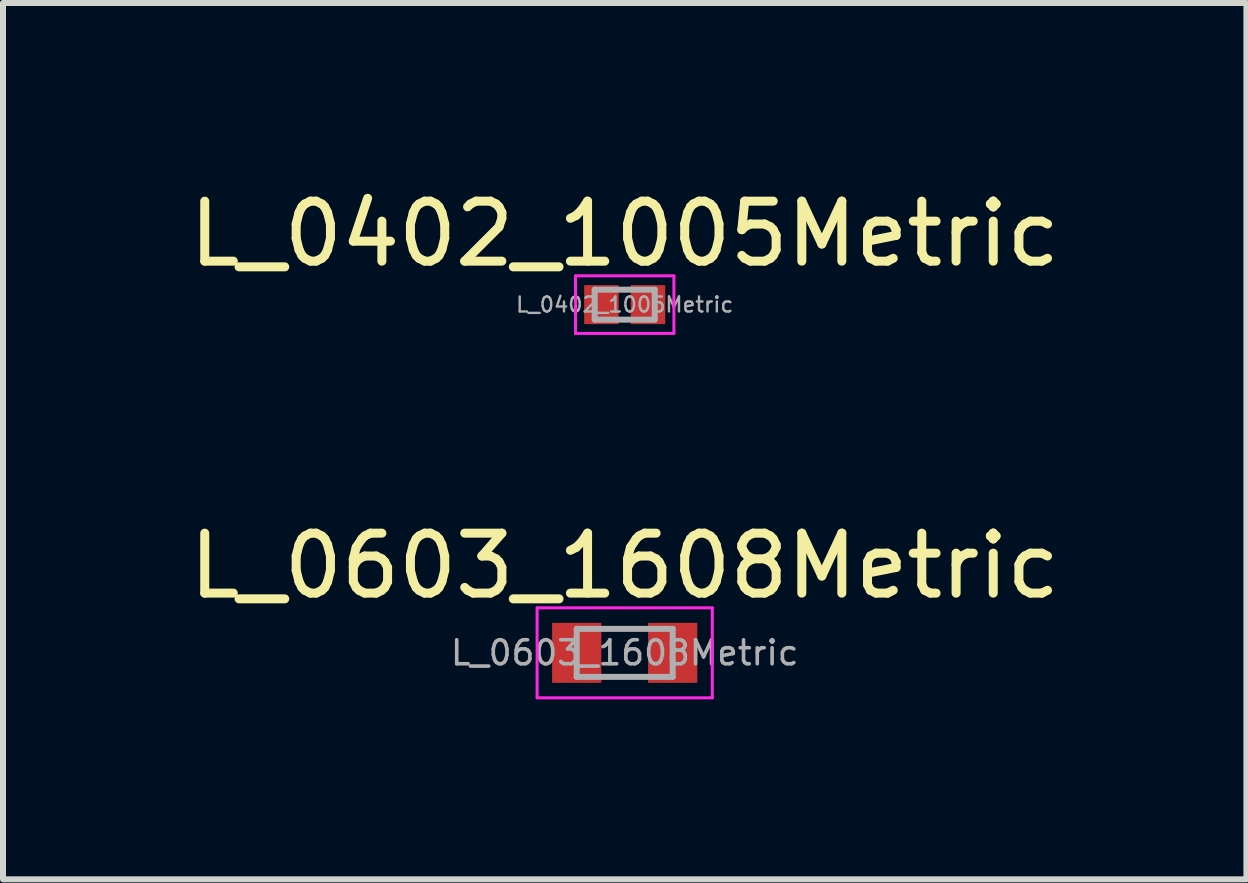
<source format=kicad_pcb>
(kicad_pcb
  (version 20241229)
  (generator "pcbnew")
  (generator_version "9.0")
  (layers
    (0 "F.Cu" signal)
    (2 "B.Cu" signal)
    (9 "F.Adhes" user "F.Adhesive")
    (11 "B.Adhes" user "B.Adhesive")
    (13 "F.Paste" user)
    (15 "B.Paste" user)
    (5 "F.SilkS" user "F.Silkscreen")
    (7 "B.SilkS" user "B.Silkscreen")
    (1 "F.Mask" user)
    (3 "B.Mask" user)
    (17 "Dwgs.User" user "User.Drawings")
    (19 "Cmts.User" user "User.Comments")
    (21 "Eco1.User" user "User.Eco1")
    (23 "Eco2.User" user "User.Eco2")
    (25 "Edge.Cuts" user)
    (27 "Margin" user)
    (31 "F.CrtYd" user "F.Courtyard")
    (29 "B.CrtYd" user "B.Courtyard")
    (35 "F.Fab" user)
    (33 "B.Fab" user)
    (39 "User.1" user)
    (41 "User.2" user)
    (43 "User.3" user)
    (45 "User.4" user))
  (footprint "L_0603_1608Metric"
    (layer "F.Cu")
    (at 7.363 7.832)
    (property "Reference" "L_0603_1608Metric" (at 0 -1.45 0) (layer "F.SilkS") (effects (font (size 1 1) (thickness 0.15))))
    (attr smd)
    (fp_line (start -1.46 -0.75) (end 1.46 -0.75) (stroke (width 0.05) (type solid)) (layer "F.CrtYd"))
    (fp_line (start -1.46 0.75) (end -1.46 -0.75) (stroke (width 0.05) (type solid)) (layer "F.CrtYd"))
    (fp_line (start 1.46 -0.75) (end 1.46 0.75) (stroke (width 0.05) (type solid)) (layer "F.CrtYd"))
    (fp_line (start 1.46 0.75) (end -1.46 0.75) (stroke (width 0.05) (type solid)) (layer "F.CrtYd"))
    (fp_line (start -0.8 -0.4) (end 0.8 -0.4) (stroke (width 0.1) (type solid)) (layer "F.Fab"))
    (fp_line (start -0.8 0.4) (end -0.8 -0.4) (stroke (width 0.1) (type solid)) (layer "F.Fab"))
    (fp_line (start 0.8 -0.4) (end 0.8 0.4) (stroke (width 0.1) (type solid)) (layer "F.Fab"))
    (fp_line (start 0.8 0.4) (end -0.8 0.4) (stroke (width 0.1) (type solid)) (layer "F.Fab"))
    (fp_text user "${REFERENCE}" (at 0 0 0) (layer "F.Fab") (effects (font (size 0.4 0.4) (thickness 0.06))))
    (pad "1" smd rect (at -0.8 0) (size 0.82 1) (layers "F.Cu" "F.Mask" "F.Paste"))
    (pad "2" smd rect (at 0.8 0) (size 0.82 1) (layers "F.Cu" "F.Mask" "F.Paste")))
  (footprint "L_0402_1005Metric"
    (layer "F.Cu")
    (at 7.363 2.028)
    (property "Reference" "L_0402_1005Metric" (at 0 -1.18 0) (layer "F.SilkS") (effects (font (size 1 1) (thickness 0.15))))
    (attr smd)
    (fp_line (start -0.82 -0.48) (end 0.82 -0.48) (stroke (width 0.05) (type solid)) (layer "F.CrtYd"))
    (fp_line (start -0.82 0.48) (end -0.82 -0.48) (stroke (width 0.05) (type solid)) (layer "F.CrtYd"))
    (fp_line (start 0.82 -0.48) (end 0.82 0.48) (stroke (width 0.05) (type solid)) (layer "F.CrtYd"))
    (fp_line (start 0.82 0.48) (end -0.82 0.48) (stroke (width 0.05) (type solid)) (layer "F.CrtYd"))
    (fp_line (start -0.5 -0.25) (end 0.5 -0.25) (stroke (width 0.1) (type solid)) (layer "F.Fab"))
    (fp_line (start -0.5 0.25) (end -0.5 -0.25) (stroke (width 0.1) (type solid)) (layer "F.Fab"))
    (fp_line (start 0.5 -0.25) (end 0.5 0.25) (stroke (width 0.1) (type solid)) (layer "F.Fab"))
    (fp_line (start 0.5 0.25) (end -0.5 0.25) (stroke (width 0.1) (type solid)) (layer "F.Fab"))
    (fp_text user "${REFERENCE}" (at 0 0 0) (layer "F.Fab") (effects (font (size 0.25 0.25) (thickness 0.04))))
    (pad "1" smd rect (at -0.388 0) (size 0.575 0.65) (layers "F.Cu" "F.Mask" "F.Paste"))
    (pad "2" smd rect (at 0.388 0) (size 0.575 0.65) (layers "F.Cu" "F.Mask" "F.Paste")))
  (gr_rect
    (start -3 -3)
    (end 17.726 11.607)
    (stroke (width 0.1) (type default))
    (fill no)
    (layer "Edge.Cuts")))
</source>
